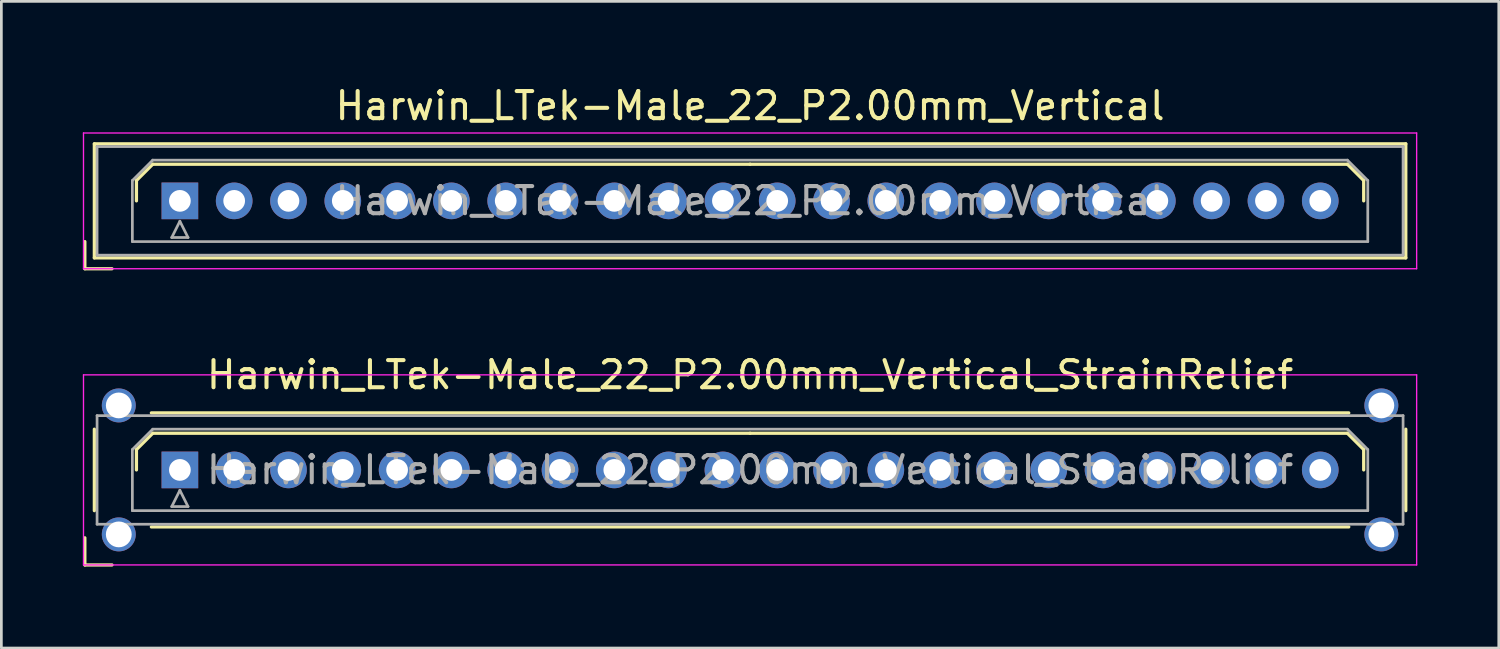
<source format=kicad_pcb>
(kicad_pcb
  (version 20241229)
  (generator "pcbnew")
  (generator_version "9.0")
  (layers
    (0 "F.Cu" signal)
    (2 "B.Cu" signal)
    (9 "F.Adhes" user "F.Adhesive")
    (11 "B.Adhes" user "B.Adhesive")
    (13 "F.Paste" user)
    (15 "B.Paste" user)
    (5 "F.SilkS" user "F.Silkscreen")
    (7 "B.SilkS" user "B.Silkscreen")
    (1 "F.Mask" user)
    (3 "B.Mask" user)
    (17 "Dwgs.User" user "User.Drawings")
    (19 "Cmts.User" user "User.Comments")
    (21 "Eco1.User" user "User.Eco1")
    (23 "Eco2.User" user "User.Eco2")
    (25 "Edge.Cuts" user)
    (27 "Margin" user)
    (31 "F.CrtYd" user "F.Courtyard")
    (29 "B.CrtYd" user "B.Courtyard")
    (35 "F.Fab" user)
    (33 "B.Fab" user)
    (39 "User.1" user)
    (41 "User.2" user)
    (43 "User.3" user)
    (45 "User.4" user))
  (footprint "Harwin_LTek-Male_22_P2.00mm_Vertical"
    (layer "F.Cu")
    (at 3.575 4.348)
    (property "Reference" "Harwin_LTek-Male_22_P2.00mm_Vertical" (at 21 -3.5 0) (layer "F.SilkS") (effects (font (size 1 1) (thickness 0.15))))
    (attr through_hole)
    (fp_line (start -3.5 1.5) (end -3.5 2.5) (stroke (width 0.12) (type solid)) (layer "F.SilkS"))
    (fp_line (start -3.5 2.5) (end -2.5 2.5) (stroke (width 0.12) (type solid)) (layer "F.SilkS"))
    (fp_line (start -3.15 -2.1) (end -3.15 2.1) (stroke (width 0.12) (type solid)) (layer "F.SilkS"))
    (fp_line (start -3.15 2.1) (end 45.15 2.1) (stroke (width 0.12) (type solid)) (layer "F.SilkS"))
    (fp_line (start -1.6 -0.75) (end -1 -1.35) (stroke (width 0.12) (type solid)) (layer "F.SilkS"))
    (fp_line (start -1.6 0) (end -1.6 -0.75) (stroke (width 0.12) (type solid)) (layer "F.SilkS"))
    (fp_line (start -1 -1.35) (end 21 -1.35) (stroke (width 0.12) (type solid)) (layer "F.SilkS"))
    (fp_line (start 43 -1.35) (end 21 -1.35) (stroke (width 0.12) (type solid)) (layer "F.SilkS"))
    (fp_line (start 43.6 -0.75) (end 43 -1.35) (stroke (width 0.12) (type solid)) (layer "F.SilkS"))
    (fp_line (start 43.6 0) (end 43.6 -0.75) (stroke (width 0.12) (type solid)) (layer "F.SilkS"))
    (fp_line (start 45.15 -2.1) (end -3.15 -2.1) (stroke (width 0.12) (type solid)) (layer "F.SilkS"))
    (fp_line (start 45.15 2.1) (end 45.15 -2.1) (stroke (width 0.12) (type solid)) (layer "F.SilkS"))
    (fp_line (start -3.55 -2.5) (end -3.55 2.5) (stroke (width 0.05) (type solid)) (layer "F.CrtYd"))
    (fp_line (start -3.55 2.5) (end 45.55 2.5) (stroke (width 0.05) (type solid)) (layer "F.CrtYd"))
    (fp_line (start 45.55 -2.5) (end -3.55 -2.5) (stroke (width 0.05) (type solid)) (layer "F.CrtYd"))
    (fp_line (start 45.55 2.5) (end 45.55 -2.5) (stroke (width 0.05) (type solid)) (layer "F.CrtYd"))
    (fp_line (start -3.05 -2) (end -3.05 2) (stroke (width 0.1) (type solid)) (layer "F.Fab"))
    (fp_line (start -3.05 2) (end 45.05 2) (stroke (width 0.1) (type solid)) (layer "F.Fab"))
    (fp_line (start -1.75 -0.75) (end -1 -1.5) (stroke (width 0.1) (type solid)) (layer "F.Fab"))
    (fp_line (start -1.75 1.5) (end -1.75 -0.75) (stroke (width 0.1) (type solid)) (layer "F.Fab"))
    (fp_line (start -1 -1.5) (end 43 -1.5) (stroke (width 0.1) (type solid)) (layer "F.Fab"))
    (fp_line (start -0.3 1.35) (end 0.3 1.35) (stroke (width 0.1) (type solid)) (layer "F.Fab"))
    (fp_line (start 0 0.75) (end -0.3 1.35) (stroke (width 0.1) (type solid)) (layer "F.Fab"))
    (fp_line (start 0.3 1.35) (end 0 0.75) (stroke (width 0.1) (type solid)) (layer "F.Fab"))
    (fp_line (start 43 -1.5) (end 43.75 -0.75) (stroke (width 0.1) (type solid)) (layer "F.Fab"))
    (fp_line (start 43.75 -0.75) (end 43.75 1.5) (stroke (width 0.1) (type solid)) (layer "F.Fab"))
    (fp_line (start 43.75 1.5) (end -1.75 1.5) (stroke (width 0.1) (type solid)) (layer "F.Fab"))
    (fp_line (start 45.05 -2) (end -3.05 -2) (stroke (width 0.1) (type solid)) (layer "F.Fab"))
    (fp_line (start 45.05 2) (end 45.05 -2) (stroke (width 0.1) (type solid)) (layer "F.Fab"))
    (fp_text user "${REFERENCE}" (at 21 0 0) (layer "F.Fab") (effects (font (size 1 1) (thickness 0.15))))
    (pad "1" thru_hole rect (at 0 0) (size 1.35 1.35) (drill 0.8) (layers "*.Cu" "*.Mask"))
    (pad "2" thru_hole circle (at 2 0) (size 1.35 1.35) (drill 0.8) (layers "*.Cu" "*.Mask"))
    (pad "3" thru_hole circle (at 4 0) (size 1.35 1.35) (drill 0.8) (layers "*.Cu" "*.Mask"))
    (pad "4" thru_hole circle (at 6 0) (size 1.35 1.35) (drill 0.8) (layers "*.Cu" "*.Mask"))
    (pad "5" thru_hole circle (at 8 0) (size 1.35 1.35) (drill 0.8) (layers "*.Cu" "*.Mask"))
    (pad "6" thru_hole circle (at 10 0) (size 1.35 1.35) (drill 0.8) (layers "*.Cu" "*.Mask"))
    (pad "7" thru_hole circle (at 12 0) (size 1.35 1.35) (drill 0.8) (layers "*.Cu" "*.Mask"))
    (pad "8" thru_hole circle (at 14 0) (size 1.35 1.35) (drill 0.8) (layers "*.Cu" "*.Mask"))
    (pad "9" thru_hole circle (at 16 0) (size 1.35 1.35) (drill 0.8) (layers "*.Cu" "*.Mask"))
    (pad "10" thru_hole circle (at 18 0) (size 1.35 1.35) (drill 0.8) (layers "*.Cu" "*.Mask"))
    (pad "11" thru_hole circle (at 20 0) (size 1.35 1.35) (drill 0.8) (layers "*.Cu" "*.Mask"))
    (pad "12" thru_hole circle (at 22 0) (size 1.35 1.35) (drill 0.8) (layers "*.Cu" "*.Mask"))
    (pad "13" thru_hole circle (at 24 0) (size 1.35 1.35) (drill 0.8) (layers "*.Cu" "*.Mask"))
    (pad "14" thru_hole circle (at 26 0) (size 1.35 1.35) (drill 0.8) (layers "*.Cu" "*.Mask"))
    (pad "15" thru_hole circle (at 28 0) (size 1.35 1.35) (drill 0.8) (layers "*.Cu" "*.Mask"))
    (pad "16" thru_hole circle (at 30 0) (size 1.35 1.35) (drill 0.8) (layers "*.Cu" "*.Mask"))
    (pad "17" thru_hole circle (at 32 0) (size 1.35 1.35) (drill 0.8) (layers "*.Cu" "*.Mask"))
    (pad "18" thru_hole circle (at 34 0) (size 1.35 1.35) (drill 0.8) (layers "*.Cu" "*.Mask"))
    (pad "19" thru_hole circle (at 36 0) (size 1.35 1.35) (drill 0.8) (layers "*.Cu" "*.Mask"))
    (pad "20" thru_hole circle (at 38 0) (size 1.35 1.35) (drill 0.8) (layers "*.Cu" "*.Mask"))
    (pad "21" thru_hole circle (at 40 0) (size 1.35 1.35) (drill 0.8) (layers "*.Cu" "*.Mask"))
    (pad "22" thru_hole circle (at 42 0) (size 1.35 1.35) (drill 0.8) (layers "*.Cu" "*.Mask")))
  (footprint "Harwin_LTek-Male_22_P2.00mm_Vertical_StrainRelief"
    (layer "F.Cu")
    (at 3.575 14.257)
    (property "Reference" "Harwin_LTek-Male_22_P2.00mm_Vertical_StrainRelief" (at 21 -3.5 0) (layer "F.SilkS") (effects (font (size 1 1) (thickness 0.15))))
    (attr through_hole)
    (fp_line (start -3.5 2.5) (end -3.5 3.5) (stroke (width 0.12) (type solid)) (layer "F.SilkS"))
    (fp_line (start -3.5 3.5) (end -2.5 3.5) (stroke (width 0.12) (type solid)) (layer "F.SilkS"))
    (fp_line (start -3.15 -1.5) (end -3.15 1.5) (stroke (width 0.12) (type solid)) (layer "F.SilkS"))
    (fp_line (start -1.6 -0.75) (end -1 -1.35) (stroke (width 0.12) (type solid)) (layer "F.SilkS"))
    (fp_line (start -1.6 0) (end -1.6 -0.75) (stroke (width 0.12) (type solid)) (layer "F.SilkS"))
    (fp_line (start -1.05 -2.1) (end 43.05 -2.1) (stroke (width 0.12) (type solid)) (layer "F.SilkS"))
    (fp_line (start -1.05 2.1) (end 43.05 2.1) (stroke (width 0.12) (type solid)) (layer "F.SilkS"))
    (fp_line (start -1 -1.35) (end 21 -1.35) (stroke (width 0.12) (type solid)) (layer "F.SilkS"))
    (fp_line (start 43 -1.35) (end 21 -1.35) (stroke (width 0.12) (type solid)) (layer "F.SilkS"))
    (fp_line (start 43.6 -0.75) (end 43 -1.35) (stroke (width 0.12) (type solid)) (layer "F.SilkS"))
    (fp_line (start 43.6 0) (end 43.6 -0.75) (stroke (width 0.12) (type solid)) (layer "F.SilkS"))
    (fp_line (start 45.15 -1.5) (end 45.15 1.5) (stroke (width 0.12) (type solid)) (layer "F.SilkS"))
    (fp_line (start -3.55 -3.5) (end -3.55 3.5) (stroke (width 0.05) (type solid)) (layer "F.CrtYd"))
    (fp_line (start -3.55 3.5) (end 45.55 3.5) (stroke (width 0.05) (type solid)) (layer "F.CrtYd"))
    (fp_line (start 45.55 -3.5) (end -3.55 -3.5) (stroke (width 0.05) (type solid)) (layer "F.CrtYd"))
    (fp_line (start 45.55 3.5) (end 45.55 -3.5) (stroke (width 0.05) (type solid)) (layer "F.CrtYd"))
    (fp_line (start -3.05 -2) (end -3.05 2) (stroke (width 0.1) (type solid)) (layer "F.Fab"))
    (fp_line (start -3.05 2) (end 45.05 2) (stroke (width 0.1) (type solid)) (layer "F.Fab"))
    (fp_line (start -1.75 -0.75) (end -1 -1.5) (stroke (width 0.1) (type solid)) (layer "F.Fab"))
    (fp_line (start -1.75 1.5) (end -1.75 -0.75) (stroke (width 0.1) (type solid)) (layer "F.Fab"))
    (fp_line (start -1 -1.5) (end 43 -1.5) (stroke (width 0.1) (type solid)) (layer "F.Fab"))
    (fp_line (start -0.3 1.35) (end 0.3 1.35) (stroke (width 0.1) (type solid)) (layer "F.Fab"))
    (fp_line (start 0 0.75) (end -0.3 1.35) (stroke (width 0.1) (type solid)) (layer "F.Fab"))
    (fp_line (start 0.3 1.35) (end 0 0.75) (stroke (width 0.1) (type solid)) (layer "F.Fab"))
    (fp_line (start 43 -1.5) (end 43.75 -0.75) (stroke (width 0.1) (type solid)) (layer "F.Fab"))
    (fp_line (start 43.75 -0.75) (end 43.75 1.5) (stroke (width 0.1) (type solid)) (layer "F.Fab"))
    (fp_line (start 43.75 1.5) (end -1.75 1.5) (stroke (width 0.1) (type solid)) (layer "F.Fab"))
    (fp_line (start 45.05 -2) (end -3.05 -2) (stroke (width 0.1) (type solid)) (layer "F.Fab"))
    (fp_line (start 45.05 2) (end 45.05 -2) (stroke (width 0.1) (type solid)) (layer "F.Fab"))
    (fp_text user "${REFERENCE}" (at 21 0 0) (layer "F.Fab") (effects (font (size 1 1) (thickness 0.15))))
    (pad "" thru_hole circle (at -2.25 -2.375) (size 1.25 1.25) (drill 0.95) (layers "*.Cu" "*.Mask"))
    (pad "" thru_hole circle (at -2.25 2.375) (size 1.25 1.25) (drill 0.95) (layers "*.Cu" "*.Mask"))
    (pad "" thru_hole circle (at 44.25 -2.375) (size 1.25 1.25) (drill 0.95) (layers "*.Cu" "*.Mask"))
    (pad "" thru_hole circle (at 44.25 2.375) (size 1.25 1.25) (drill 0.95) (layers "*.Cu" "*.Mask"))
    (pad "1" thru_hole rect (at 0 0) (size 1.35 1.35) (drill 0.8) (layers "*.Cu" "*.Mask"))
    (pad "2" thru_hole circle (at 2 0) (size 1.35 1.35) (drill 0.8) (layers "*.Cu" "*.Mask"))
    (pad "3" thru_hole circle (at 4 0) (size 1.35 1.35) (drill 0.8) (layers "*.Cu" "*.Mask"))
    (pad "4" thru_hole circle (at 6 0) (size 1.35 1.35) (drill 0.8) (layers "*.Cu" "*.Mask"))
    (pad "5" thru_hole circle (at 8 0) (size 1.35 1.35) (drill 0.8) (layers "*.Cu" "*.Mask"))
    (pad "6" thru_hole circle (at 10 0) (size 1.35 1.35) (drill 0.8) (layers "*.Cu" "*.Mask"))
    (pad "7" thru_hole circle (at 12 0) (size 1.35 1.35) (drill 0.8) (layers "*.Cu" "*.Mask"))
    (pad "8" thru_hole circle (at 14 0) (size 1.35 1.35) (drill 0.8) (layers "*.Cu" "*.Mask"))
    (pad "9" thru_hole circle (at 16 0) (size 1.35 1.35) (drill 0.8) (layers "*.Cu" "*.Mask"))
    (pad "10" thru_hole circle (at 18 0) (size 1.35 1.35) (drill 0.8) (layers "*.Cu" "*.Mask"))
    (pad "11" thru_hole circle (at 20 0) (size 1.35 1.35) (drill 0.8) (layers "*.Cu" "*.Mask"))
    (pad "12" thru_hole circle (at 22 0) (size 1.35 1.35) (drill 0.8) (layers "*.Cu" "*.Mask"))
    (pad "13" thru_hole circle (at 24 0) (size 1.35 1.35) (drill 0.8) (layers "*.Cu" "*.Mask"))
    (pad "14" thru_hole circle (at 26 0) (size 1.35 1.35) (drill 0.8) (layers "*.Cu" "*.Mask"))
    (pad "15" thru_hole circle (at 28 0) (size 1.35 1.35) (drill 0.8) (layers "*.Cu" "*.Mask"))
    (pad "16" thru_hole circle (at 30 0) (size 1.35 1.35) (drill 0.8) (layers "*.Cu" "*.Mask"))
    (pad "17" thru_hole circle (at 32 0) (size 1.35 1.35) (drill 0.8) (layers "*.Cu" "*.Mask"))
    (pad "18" thru_hole circle (at 34 0) (size 1.35 1.35) (drill 0.8) (layers "*.Cu" "*.Mask"))
    (pad "19" thru_hole circle (at 36 0) (size 1.35 1.35) (drill 0.8) (layers "*.Cu" "*.Mask"))
    (pad "20" thru_hole circle (at 38 0) (size 1.35 1.35) (drill 0.8) (layers "*.Cu" "*.Mask"))
    (pad "21" thru_hole circle (at 40 0) (size 1.35 1.35) (drill 0.8) (layers "*.Cu" "*.Mask"))
    (pad "22" thru_hole circle (at 42 0) (size 1.35 1.35) (drill 0.8) (layers "*.Cu" "*.Mask")))
  (gr_rect
    (start -3 -3)
    (end 52.15 20.817)
    (stroke (width 0.1) (type default))
    (fill no)
    (layer "Edge.Cuts")))
</source>
